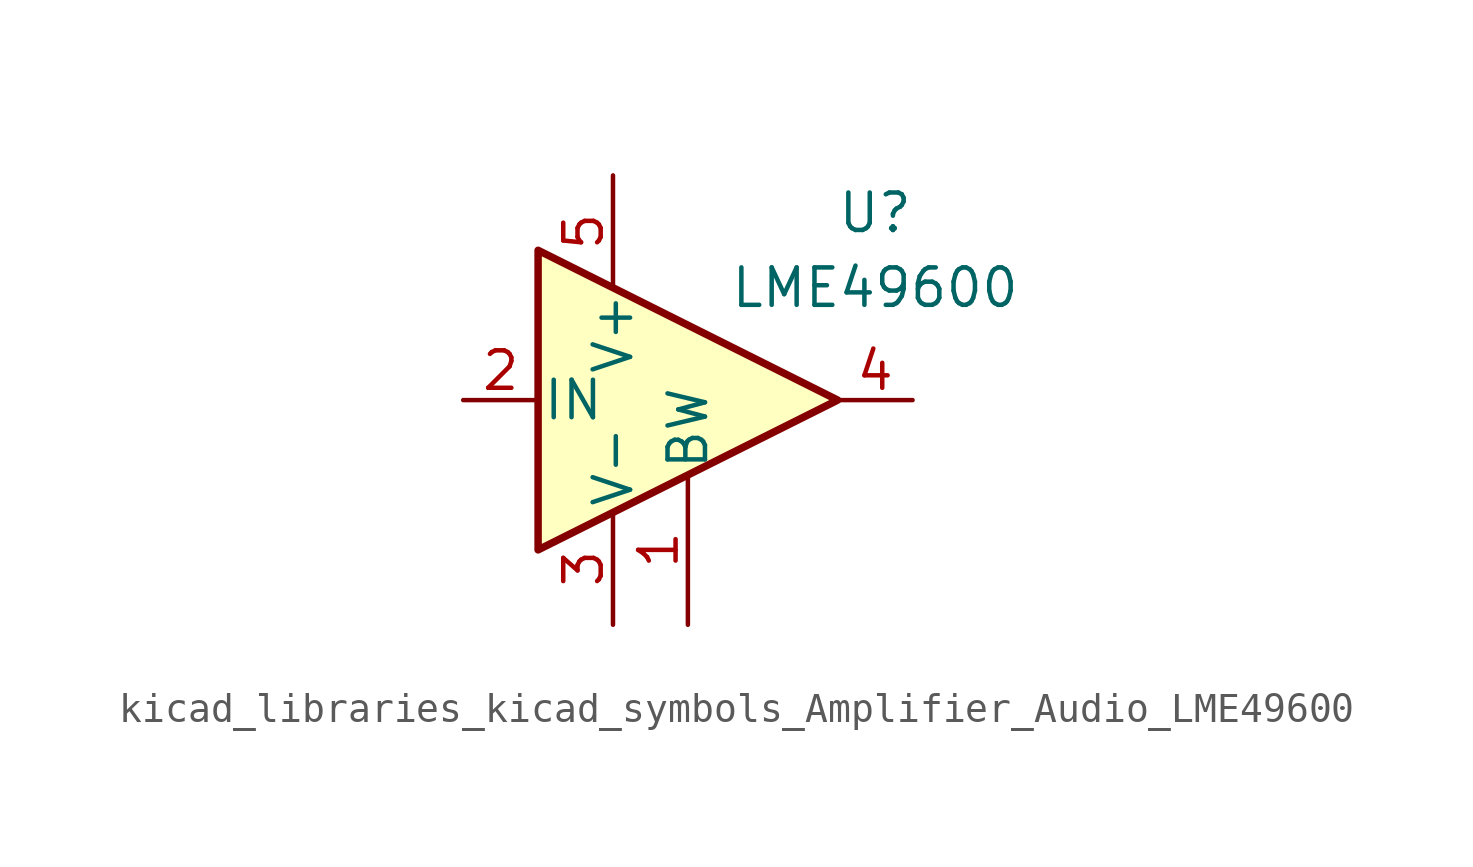
<source format=kicad_sym>
(kicad_symbol_lib
  (version 20220914)
  (generator kicad_symbol_editor)
  (symbol "kicad_libraries_kicad_symbols_Amplifier_Audio_LME49600"
    (pin_names
      (offset 0.127))
    (property "Reference" "U"
      (at 6.35 6.35 0)
      (effects (font (size 1.27 1.27))))
    (property "Value" "LME49600"
      (at 6.35 3.81 0)
      (effects (font (size 1.27 1.27))))
    (symbol "kicad_libraries_kicad_symbols_Amplifier_Audio_LME49600_0_1"
      (polyline (pts (xy -5.08 5.08) (xy 5.08 0) (xy -5.08 -5.08) (xy -5.08 5.08)) (stroke (width 0.254) (type default)) (fill (type background))))
    (symbol "kicad_libraries_kicad_symbols_Amplifier_Audio_LME49600_1_1"
      (pin passive line (at 0 -7.62 90) (length 5.08) (name "BW" (effects (font (size 1.27 1.27)))) (number "1" (effects (font (size 1.27 1.27)))))
      (pin input line (at -7.62 0 0) (length 2.54) (name "IN" (effects (font (size 1.27 1.27)))) (number "2" (effects (font (size 1.27 1.27)))))
      (pin power_in line (at -2.54 -7.62 90) (length 3.81) (name "V-" (effects (font (size 1.27 1.27)))) (number "3" (effects (font (size 1.27 1.27)))))
      (pin output line (at 7.62 0 180) (length 2.54) (name "~" (effects (font (size 1.27 1.27)))) (number "4" (effects (font (size 1.27 1.27)))))
      (pin power_in line (at -2.54 7.62 270) (length 3.81) (name "V+" (effects (font (size 1.27 1.27)))) (number "5" (effects (font (size 1.27 1.27))))))))
</source>
